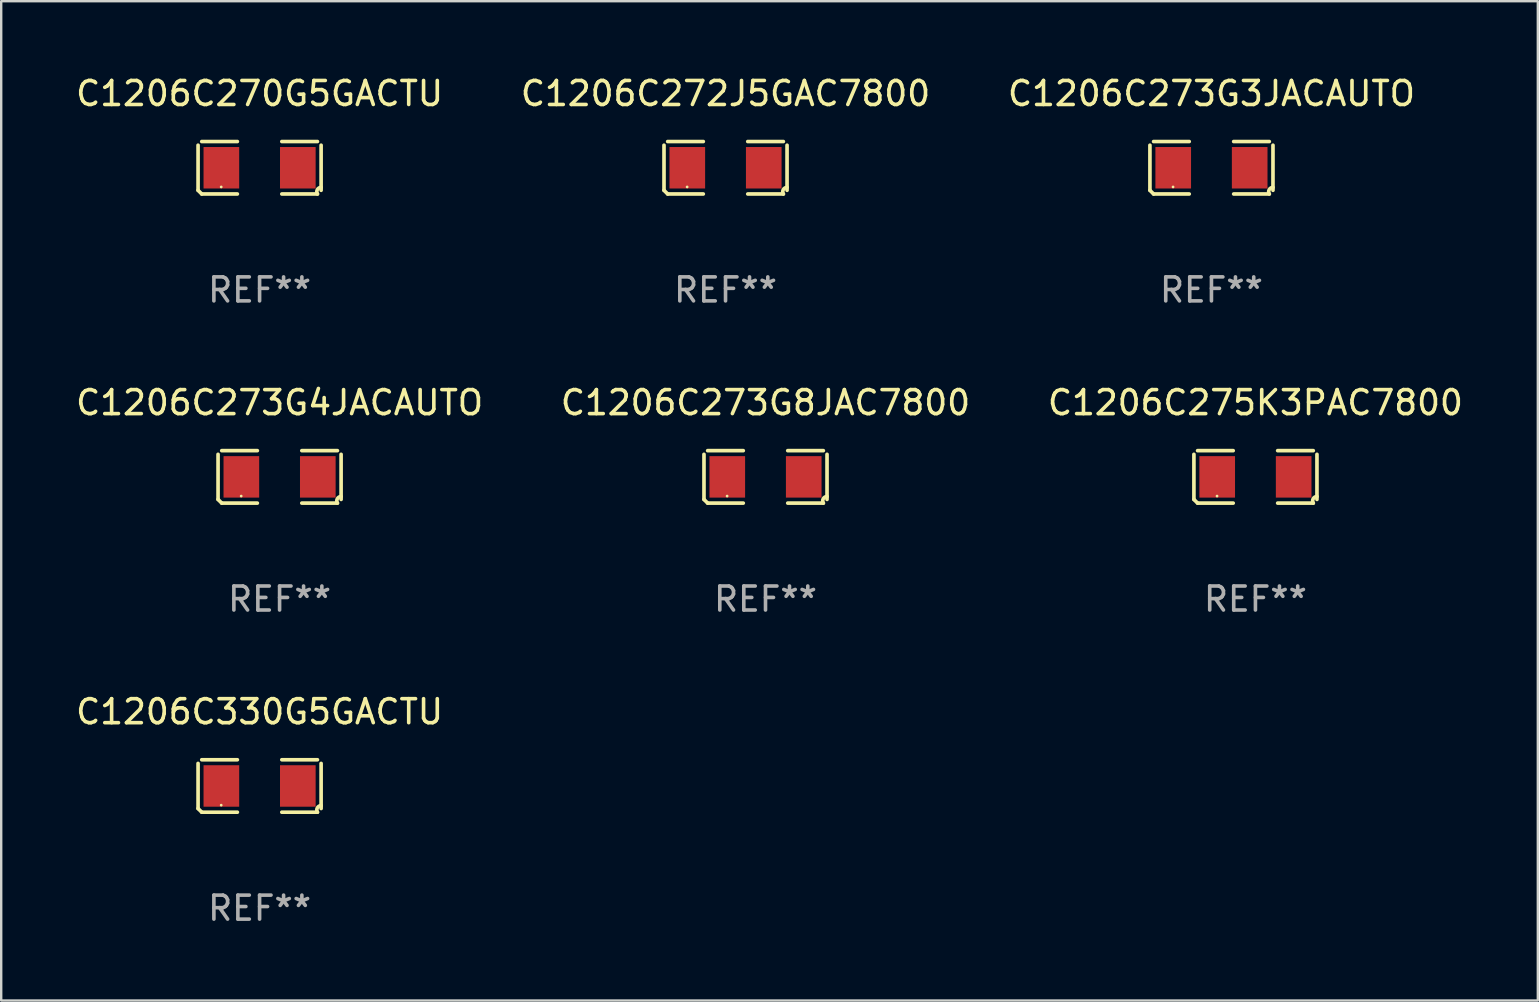
<source format=kicad_pcb>
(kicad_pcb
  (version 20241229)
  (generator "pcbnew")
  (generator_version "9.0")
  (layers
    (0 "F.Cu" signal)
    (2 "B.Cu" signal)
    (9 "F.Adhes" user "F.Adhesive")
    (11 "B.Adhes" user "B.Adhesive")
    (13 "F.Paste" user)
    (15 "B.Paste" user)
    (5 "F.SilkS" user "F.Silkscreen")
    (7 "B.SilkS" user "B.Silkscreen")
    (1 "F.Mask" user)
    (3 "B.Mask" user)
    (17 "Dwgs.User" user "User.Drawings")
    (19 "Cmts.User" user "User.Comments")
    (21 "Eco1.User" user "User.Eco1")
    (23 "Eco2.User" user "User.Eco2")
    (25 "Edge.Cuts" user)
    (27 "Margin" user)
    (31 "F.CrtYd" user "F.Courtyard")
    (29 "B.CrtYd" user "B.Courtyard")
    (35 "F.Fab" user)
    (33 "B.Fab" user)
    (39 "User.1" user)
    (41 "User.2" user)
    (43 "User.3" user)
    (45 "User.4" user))
  (footprint "C1206C330G5GACTU"
    (layer "F.Cu")
    (at 7.768 29.704)
    (property "Reference" "C1206C330G5GACTU" (at 0 -3.093 0) (layer "F.SilkS") (effects (font (size 1 1) (thickness 0.15))))
    (attr through_hole)
    (fp_line (start -2.564 0.94) (end -2.564 -0.94) (stroke (width 0.152) (type solid)) (layer "F.SilkS"))
    (fp_line (start -2.411 -1.093) (end -0.926 -1.093) (stroke (width 0.152) (type solid)) (layer "F.SilkS"))
    (fp_line (start -0.926 1.093) (end -2.411 1.093) (stroke (width 0.152) (type solid)) (layer "F.SilkS"))
    (fp_line (start 0.926 1.093) (end 2.411 1.093) (stroke (width 0.152) (type solid)) (layer "F.SilkS"))
    (fp_line (start 2.411 -1.093) (end 0.926 -1.093) (stroke (width 0.152) (type solid)) (layer "F.SilkS"))
    (fp_line (start 2.564 0.94) (end 2.564 -0.94) (stroke (width 0.152) (type solid)) (layer "F.SilkS"))
    (fp_arc (start -2.411201 1.092609) (mid -2.487413 1.01642) (end -2.563602 0.940208) (stroke (width 0.1524) (type solid)) (layer "F.SilkS"))
    (fp_arc (start 2.411201 1.092609) (mid 2.407159 0.911226) (end 2.563602 0.819347) (stroke (width 0.1524) (type solid)) (layer "F.SilkS"))
    (fp_circle (center -1.6 0.8) (end -1.57 0.8) (stroke (width 0.06) (type solid)) (fill no) (layer "F.SilkS"))
    (fp_text user "REF**" (at 0 5.093 0) (layer "F.Fab") (effects (font (size 1 1) (thickness 0.15))))
    (pad "1" smd rect (at -1.593 0) (size 1.485 1.728) (layers "F.Cu" "F.Mask" "F.Paste"))
    (pad "2" smd rect (at 1.593 0) (size 1.485 1.728) (layers "F.Cu" "F.Mask" "F.Paste")))
  (footprint "C1206C270G5GACTU"
    (layer "F.Cu")
    (at 7.768 3.941)
    (property "Reference" "C1206C270G5GACTU" (at 0 -3.093 0) (layer "F.SilkS") (effects (font (size 1 1) (thickness 0.15))))
    (attr through_hole)
    (fp_line (start -2.564 0.94) (end -2.564 -0.94) (stroke (width 0.152) (type solid)) (layer "F.SilkS"))
    (fp_line (start -2.411 -1.093) (end -0.926 -1.093) (stroke (width 0.152) (type solid)) (layer "F.SilkS"))
    (fp_line (start -0.926 1.093) (end -2.411 1.093) (stroke (width 0.152) (type solid)) (layer "F.SilkS"))
    (fp_line (start 0.926 1.093) (end 2.411 1.093) (stroke (width 0.152) (type solid)) (layer "F.SilkS"))
    (fp_line (start 2.411 -1.093) (end 0.926 -1.093) (stroke (width 0.152) (type solid)) (layer "F.SilkS"))
    (fp_line (start 2.564 0.94) (end 2.564 -0.94) (stroke (width 0.152) (type solid)) (layer "F.SilkS"))
    (fp_arc (start -2.411201 1.092609) (mid -2.487413 1.01642) (end -2.563602 0.940208) (stroke (width 0.1524) (type solid)) (layer "F.SilkS"))
    (fp_arc (start 2.411201 1.092609) (mid 2.407159 0.911226) (end 2.563602 0.819347) (stroke (width 0.1524) (type solid)) (layer "F.SilkS"))
    (fp_circle (center -1.6 0.8) (end -1.57 0.8) (stroke (width 0.06) (type solid)) (fill no) (layer "F.SilkS"))
    (fp_text user "REF**" (at 0 5.093 0) (layer "F.Fab") (effects (font (size 1 1) (thickness 0.15))))
    (pad "1" smd rect (at -1.593 0) (size 1.485 1.728) (layers "F.Cu" "F.Mask" "F.Paste"))
    (pad "2" smd rect (at 1.593 0) (size 1.485 1.728) (layers "F.Cu" "F.Mask" "F.Paste")))
  (footprint "C1206C273G3JACAUTO"
    (layer "F.Cu")
    (at 47.435 3.941)
    (property "Reference" "C1206C273G3JACAUTO" (at 0 -3.093 0) (layer "F.SilkS") (effects (font (size 1 1) (thickness 0.15))))
    (attr through_hole)
    (fp_line (start -2.564 0.94) (end -2.564 -0.94) (stroke (width 0.152) (type solid)) (layer "F.SilkS"))
    (fp_line (start -2.411 -1.093) (end -0.926 -1.093) (stroke (width 0.152) (type solid)) (layer "F.SilkS"))
    (fp_line (start -0.926 1.093) (end -2.411 1.093) (stroke (width 0.152) (type solid)) (layer "F.SilkS"))
    (fp_line (start 0.926 1.093) (end 2.411 1.093) (stroke (width 0.152) (type solid)) (layer "F.SilkS"))
    (fp_line (start 2.411 -1.093) (end 0.926 -1.093) (stroke (width 0.152) (type solid)) (layer "F.SilkS"))
    (fp_line (start 2.564 0.94) (end 2.564 -0.94) (stroke (width 0.152) (type solid)) (layer "F.SilkS"))
    (fp_arc (start -2.411201 1.092609) (mid -2.487413 1.01642) (end -2.563602 0.940208) (stroke (width 0.1524) (type solid)) (layer "F.SilkS"))
    (fp_arc (start 2.411201 1.092609) (mid 2.407159 0.911226) (end 2.563602 0.819347) (stroke (width 0.1524) (type solid)) (layer "F.SilkS"))
    (fp_circle (center -1.6 0.8) (end -1.57 0.8) (stroke (width 0.06) (type solid)) (fill no) (layer "F.SilkS"))
    (fp_text user "REF**" (at 0 5.093 0) (layer "F.Fab") (effects (font (size 1 1) (thickness 0.15))))
    (pad "1" smd rect (at -1.593 0) (size 1.485 1.728) (layers "F.Cu" "F.Mask" "F.Paste"))
    (pad "2" smd rect (at 1.593 0) (size 1.485 1.728) (layers "F.Cu" "F.Mask" "F.Paste")))
  (footprint "C1206C273G8JAC7800"
    (layer "F.Cu")
    (at 28.851 16.823)
    (property "Reference" "C1206C273G8JAC7800" (at 0 -3.093 0) (layer "F.SilkS") (effects (font (size 1 1) (thickness 0.15))))
    (attr through_hole)
    (fp_line (start -2.564 0.94) (end -2.564 -0.94) (stroke (width 0.152) (type solid)) (layer "F.SilkS"))
    (fp_line (start -2.411 -1.093) (end -0.926 -1.093) (stroke (width 0.152) (type solid)) (layer "F.SilkS"))
    (fp_line (start -0.926 1.093) (end -2.411 1.093) (stroke (width 0.152) (type solid)) (layer "F.SilkS"))
    (fp_line (start 0.926 1.093) (end 2.411 1.093) (stroke (width 0.152) (type solid)) (layer "F.SilkS"))
    (fp_line (start 2.411 -1.093) (end 0.926 -1.093) (stroke (width 0.152) (type solid)) (layer "F.SilkS"))
    (fp_line (start 2.564 0.94) (end 2.564 -0.94) (stroke (width 0.152) (type solid)) (layer "F.SilkS"))
    (fp_arc (start -2.411201 1.092609) (mid -2.487413 1.01642) (end -2.563602 0.940208) (stroke (width 0.1524) (type solid)) (layer "F.SilkS"))
    (fp_arc (start 2.411201 1.092609) (mid 2.407159 0.911226) (end 2.563602 0.819347) (stroke (width 0.1524) (type solid)) (layer "F.SilkS"))
    (fp_circle (center -1.6 0.8) (end -1.57 0.8) (stroke (width 0.06) (type solid)) (fill no) (layer "F.SilkS"))
    (fp_text user "REF**" (at 0 5.093 0) (layer "F.Fab") (effects (font (size 1 1) (thickness 0.15))))
    (pad "1" smd rect (at -1.593 0) (size 1.485 1.728) (layers "F.Cu" "F.Mask" "F.Paste"))
    (pad "2" smd rect (at 1.593 0) (size 1.485 1.728) (layers "F.Cu" "F.Mask" "F.Paste")))
  (footprint "C1206C273G4JACAUTO"
    (layer "F.Cu")
    (at 8.601 16.823)
    (property "Reference" "C1206C273G4JACAUTO" (at 0 -3.093 0) (layer "F.SilkS") (effects (font (size 1 1) (thickness 0.15))))
    (attr through_hole)
    (fp_line (start -2.564 0.94) (end -2.564 -0.94) (stroke (width 0.152) (type solid)) (layer "F.SilkS"))
    (fp_line (start -2.411 -1.093) (end -0.926 -1.093) (stroke (width 0.152) (type solid)) (layer "F.SilkS"))
    (fp_line (start -0.926 1.093) (end -2.411 1.093) (stroke (width 0.152) (type solid)) (layer "F.SilkS"))
    (fp_line (start 0.926 1.093) (end 2.411 1.093) (stroke (width 0.152) (type solid)) (layer "F.SilkS"))
    (fp_line (start 2.411 -1.093) (end 0.926 -1.093) (stroke (width 0.152) (type solid)) (layer "F.SilkS"))
    (fp_line (start 2.564 0.94) (end 2.564 -0.94) (stroke (width 0.152) (type solid)) (layer "F.SilkS"))
    (fp_arc (start -2.411201 1.092609) (mid -2.487413 1.01642) (end -2.563602 0.940208) (stroke (width 0.1524) (type solid)) (layer "F.SilkS"))
    (fp_arc (start 2.411201 1.092609) (mid 2.407159 0.911226) (end 2.563602 0.819347) (stroke (width 0.1524) (type solid)) (layer "F.SilkS"))
    (fp_circle (center -1.6 0.8) (end -1.57 0.8) (stroke (width 0.06) (type solid)) (fill no) (layer "F.SilkS"))
    (fp_text user "REF**" (at 0 5.093 0) (layer "F.Fab") (effects (font (size 1 1) (thickness 0.15))))
    (pad "1" smd rect (at -1.593 0) (size 1.485 1.728) (layers "F.Cu" "F.Mask" "F.Paste"))
    (pad "2" smd rect (at 1.593 0) (size 1.485 1.728) (layers "F.Cu" "F.Mask" "F.Paste")))
  (footprint "C1206C272J5GAC7800"
    (layer "F.Cu")
    (at 27.185 3.941)
    (property "Reference" "C1206C272J5GAC7800" (at 0 -3.093 0) (layer "F.SilkS") (effects (font (size 1 1) (thickness 0.15))))
    (attr through_hole)
    (fp_line (start -2.564 0.94) (end -2.564 -0.94) (stroke (width 0.152) (type solid)) (layer "F.SilkS"))
    (fp_line (start -2.411 -1.093) (end -0.926 -1.093) (stroke (width 0.152) (type solid)) (layer "F.SilkS"))
    (fp_line (start -0.926 1.093) (end -2.411 1.093) (stroke (width 0.152) (type solid)) (layer "F.SilkS"))
    (fp_line (start 0.926 1.093) (end 2.411 1.093) (stroke (width 0.152) (type solid)) (layer "F.SilkS"))
    (fp_line (start 2.411 -1.093) (end 0.926 -1.093) (stroke (width 0.152) (type solid)) (layer "F.SilkS"))
    (fp_line (start 2.564 0.94) (end 2.564 -0.94) (stroke (width 0.152) (type solid)) (layer "F.SilkS"))
    (fp_arc (start -2.411201 1.092609) (mid -2.487413 1.01642) (end -2.563602 0.940208) (stroke (width 0.1524) (type solid)) (layer "F.SilkS"))
    (fp_arc (start 2.411201 1.092609) (mid 2.407159 0.911226) (end 2.563602 0.819347) (stroke (width 0.1524) (type solid)) (layer "F.SilkS"))
    (fp_circle (center -1.6 0.8) (end -1.57 0.8) (stroke (width 0.06) (type solid)) (fill no) (layer "F.SilkS"))
    (fp_text user "REF**" (at 0 5.093 0) (layer "F.Fab") (effects (font (size 1 1) (thickness 0.15))))
    (pad "1" smd rect (at -1.593 0) (size 1.485 1.728) (layers "F.Cu" "F.Mask" "F.Paste"))
    (pad "2" smd rect (at 1.593 0) (size 1.485 1.728) (layers "F.Cu" "F.Mask" "F.Paste")))
  (footprint "C1206C275K3PAC7800"
    (layer "F.Cu")
    (at 49.268 16.823)
    (property "Reference" "C1206C275K3PAC7800" (at 0 -3.093 0) (layer "F.SilkS") (effects (font (size 1 1) (thickness 0.15))))
    (attr through_hole)
    (fp_line (start -2.564 0.94) (end -2.564 -0.94) (stroke (width 0.152) (type solid)) (layer "F.SilkS"))
    (fp_line (start -2.411 -1.093) (end -0.926 -1.093) (stroke (width 0.152) (type solid)) (layer "F.SilkS"))
    (fp_line (start -0.926 1.093) (end -2.411 1.093) (stroke (width 0.152) (type solid)) (layer "F.SilkS"))
    (fp_line (start 0.926 1.093) (end 2.411 1.093) (stroke (width 0.152) (type solid)) (layer "F.SilkS"))
    (fp_line (start 2.411 -1.093) (end 0.926 -1.093) (stroke (width 0.152) (type solid)) (layer "F.SilkS"))
    (fp_line (start 2.564 0.94) (end 2.564 -0.94) (stroke (width 0.152) (type solid)) (layer "F.SilkS"))
    (fp_arc (start -2.411201 1.092609) (mid -2.487413 1.01642) (end -2.563602 0.940208) (stroke (width 0.1524) (type solid)) (layer "F.SilkS"))
    (fp_arc (start 2.411201 1.092609) (mid 2.407159 0.911226) (end 2.563602 0.819347) (stroke (width 0.1524) (type solid)) (layer "F.SilkS"))
    (fp_circle (center -1.6 0.8) (end -1.57 0.8) (stroke (width 0.06) (type solid)) (fill no) (layer "F.SilkS"))
    (fp_text user "REF**" (at 0 5.093 0) (layer "F.Fab") (effects (font (size 1 1) (thickness 0.15))))
    (pad "1" smd rect (at -1.593 0) (size 1.485 1.728) (layers "F.Cu" "F.Mask" "F.Paste"))
    (pad "2" smd rect (at 1.593 0) (size 1.485 1.728) (layers "F.Cu" "F.Mask" "F.Paste")))
  (gr_rect
    (start -3 -3)
    (end 61.036 38.645)
    (stroke (width 0.1) (type default))
    (fill no)
    (layer "Edge.Cuts")))
</source>
